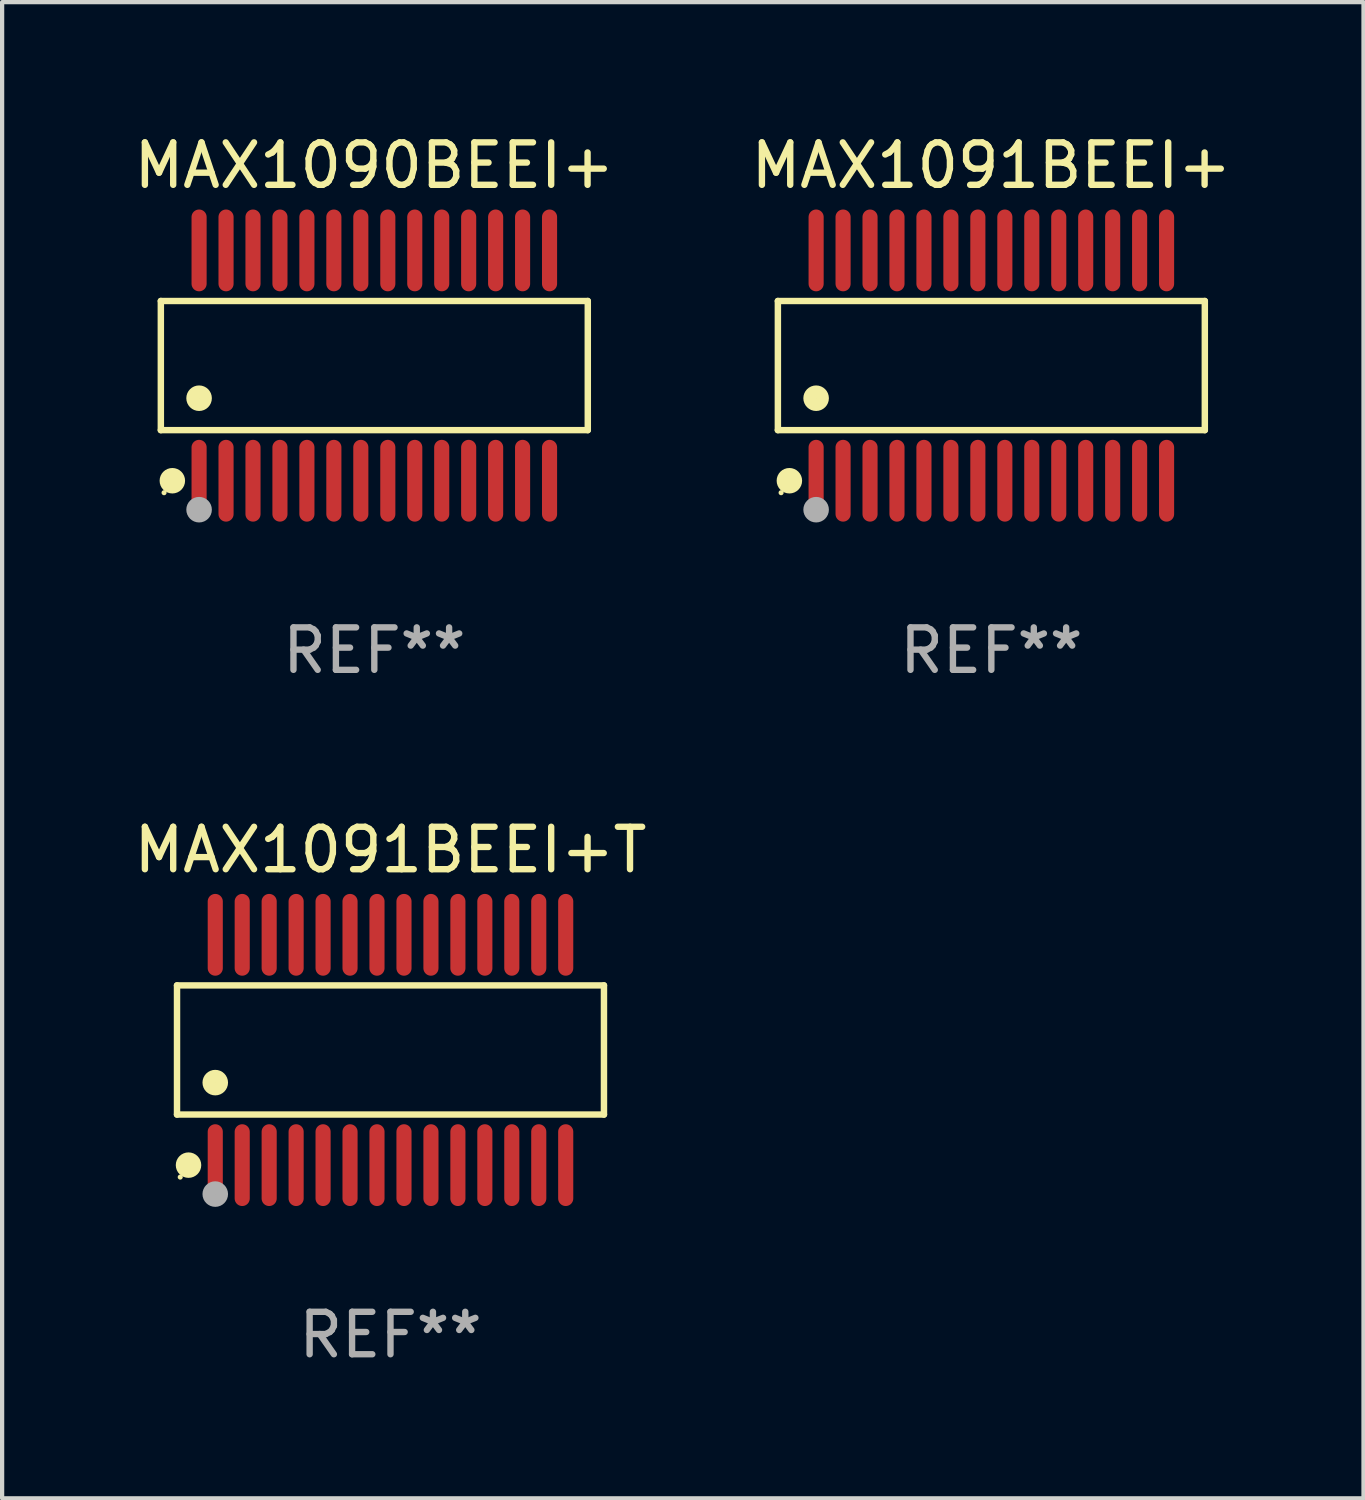
<source format=kicad_pcb>
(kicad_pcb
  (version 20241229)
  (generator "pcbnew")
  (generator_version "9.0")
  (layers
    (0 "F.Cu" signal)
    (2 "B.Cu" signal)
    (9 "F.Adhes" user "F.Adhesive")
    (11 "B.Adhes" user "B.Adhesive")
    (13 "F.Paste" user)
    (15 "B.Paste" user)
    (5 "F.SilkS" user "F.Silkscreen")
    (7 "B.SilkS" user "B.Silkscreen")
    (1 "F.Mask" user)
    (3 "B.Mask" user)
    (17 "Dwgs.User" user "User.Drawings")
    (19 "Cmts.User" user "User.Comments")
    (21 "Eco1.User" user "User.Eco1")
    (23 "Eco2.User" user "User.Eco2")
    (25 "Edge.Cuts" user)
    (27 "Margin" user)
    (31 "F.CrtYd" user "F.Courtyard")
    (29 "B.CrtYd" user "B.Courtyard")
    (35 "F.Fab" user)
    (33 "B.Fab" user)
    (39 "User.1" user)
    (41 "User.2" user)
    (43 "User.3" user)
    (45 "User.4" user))
  (footprint "MAX1091BEEI+T"
    (layer "F.Cu")
    (at 6.149 21.685)
    (property "Reference" "MAX1091BEEI+T" (at 0 -4.713 0) (layer "F.SilkS") (effects (font (size 1 1) (thickness 0.15))))
    (attr through_hole)
    (fp_line (start -5.029 -1.521) (end 5.029 -1.521) (stroke (width 0.152) (type solid)) (layer "F.SilkS"))
    (fp_line (start -5.029 1.521) (end -5.029 -1.521) (stroke (width 0.152) (type solid)) (layer "F.SilkS"))
    (fp_line (start 5.029 -1.521) (end 5.029 1.521) (stroke (width 0.152) (type solid)) (layer "F.SilkS"))
    (fp_line (start 5.029 1.521) (end -5.029 1.521) (stroke (width 0.152) (type solid)) (layer "F.SilkS"))
    (fp_circle (center -4.953 2.995) (end -4.923 2.995) (stroke (width 0.06) (type solid)) (fill no) (layer "F.SilkS"))
    (fp_circle (center -4.758 2.713) (end -4.608 2.713) (stroke (width 0.3) (type solid)) (fill no) (layer "F.SilkS"))
    (fp_circle (center -4.128 0.769) (end -3.977 0.769) (stroke (width 0.3) (type solid)) (fill no) (layer "F.SilkS"))
    (fp_circle (center -4.128 3.395) (end -3.977 3.395) (stroke (width 0.3) (type solid)) (fill no) (layer "F.Fab"))
    (fp_text user "REF**" (at 0 6.713 0) (layer "F.Fab") (effects (font (size 1 1) (thickness 0.15))))
    (pad "1" smd oval (at -4.128 2.713) (size 0.356 1.927) (layers "F.Cu" "F.Mask" "F.Paste"))
    (pad "2" smd oval (at -3.493 2.713) (size 0.356 1.927) (layers "F.Cu" "F.Mask" "F.Paste"))
    (pad "3" smd oval (at -2.858 2.713) (size 0.356 1.927) (layers "F.Cu" "F.Mask" "F.Paste"))
    (pad "4" smd oval (at -2.223 2.713) (size 0.356 1.927) (layers "F.Cu" "F.Mask" "F.Paste"))
    (pad "5" smd oval (at -1.588 2.713) (size 0.356 1.927) (layers "F.Cu" "F.Mask" "F.Paste"))
    (pad "6" smd oval (at -0.953 2.713) (size 0.356 1.927) (layers "F.Cu" "F.Mask" "F.Paste"))
    (pad "7" smd oval (at -0.318 2.713) (size 0.356 1.927) (layers "F.Cu" "F.Mask" "F.Paste"))
    (pad "8" smd oval (at 0.318 2.713) (size 0.356 1.927) (layers "F.Cu" "F.Mask" "F.Paste"))
    (pad "9" smd oval (at 0.953 2.713) (size 0.356 1.927) (layers "F.Cu" "F.Mask" "F.Paste"))
    (pad "10" smd oval (at 1.588 2.713) (size 0.356 1.927) (layers "F.Cu" "F.Mask" "F.Paste"))
    (pad "11" smd oval (at 2.223 2.713) (size 0.356 1.927) (layers "F.Cu" "F.Mask" "F.Paste"))
    (pad "12" smd oval (at 2.858 2.713) (size 0.356 1.927) (layers "F.Cu" "F.Mask" "F.Paste"))
    (pad "13" smd oval (at 3.493 2.713) (size 0.356 1.927) (layers "F.Cu" "F.Mask" "F.Paste"))
    (pad "14" smd oval (at 4.128 2.713) (size 0.356 1.927) (layers "F.Cu" "F.Mask" "F.Paste"))
    (pad "15" smd oval (at 4.128 -2.713) (size 0.356 1.927) (layers "F.Cu" "F.Mask" "F.Paste"))
    (pad "16" smd oval (at 3.493 -2.713) (size 0.356 1.927) (layers "F.Cu" "F.Mask" "F.Paste"))
    (pad "17" smd oval (at 2.858 -2.713) (size 0.356 1.927) (layers "F.Cu" "F.Mask" "F.Paste"))
    (pad "18" smd oval (at 2.223 -2.713) (size 0.356 1.927) (layers "F.Cu" "F.Mask" "F.Paste"))
    (pad "19" smd oval (at 1.588 -2.713) (size 0.356 1.927) (layers "F.Cu" "F.Mask" "F.Paste"))
    (pad "20" smd oval (at 0.953 -2.713) (size 0.356 1.927) (layers "F.Cu" "F.Mask" "F.Paste"))
    (pad "21" smd oval (at 0.318 -2.713) (size 0.356 1.927) (layers "F.Cu" "F.Mask" "F.Paste"))
    (pad "22" smd oval (at -0.318 -2.713) (size 0.356 1.927) (layers "F.Cu" "F.Mask" "F.Paste"))
    (pad "23" smd oval (at -0.953 -2.713) (size 0.356 1.927) (layers "F.Cu" "F.Mask" "F.Paste"))
    (pad "24" smd oval (at -1.588 -2.713) (size 0.356 1.927) (layers "F.Cu" "F.Mask" "F.Paste"))
    (pad "25" smd oval (at -2.223 -2.713) (size 0.356 1.927) (layers "F.Cu" "F.Mask" "F.Paste"))
    (pad "26" smd oval (at -2.858 -2.713) (size 0.356 1.927) (layers "F.Cu" "F.Mask" "F.Paste"))
    (pad "27" smd oval (at -3.493 -2.713) (size 0.356 1.927) (layers "F.Cu" "F.Mask" "F.Paste"))
    (pad "28" smd oval (at -4.128 -2.713) (size 0.356 1.927) (layers "F.Cu" "F.Mask" "F.Paste")))
  (footprint "MAX1090BEEI+"
    (layer "F.Cu")
    (at 5.768 5.562)
    (property "Reference" "MAX1090BEEI+" (at 0 -4.713 0) (layer "F.SilkS") (effects (font (size 1 1) (thickness 0.15))))
    (attr through_hole)
    (fp_line (start -5.029 -1.521) (end 5.029 -1.521) (stroke (width 0.152) (type solid)) (layer "F.SilkS"))
    (fp_line (start -5.029 1.521) (end -5.029 -1.521) (stroke (width 0.152) (type solid)) (layer "F.SilkS"))
    (fp_line (start 5.029 -1.521) (end 5.029 1.521) (stroke (width 0.152) (type solid)) (layer "F.SilkS"))
    (fp_line (start 5.029 1.521) (end -5.029 1.521) (stroke (width 0.152) (type solid)) (layer "F.SilkS"))
    (fp_circle (center -4.953 2.995) (end -4.923 2.995) (stroke (width 0.06) (type solid)) (fill no) (layer "F.SilkS"))
    (fp_circle (center -4.758 2.713) (end -4.608 2.713) (stroke (width 0.3) (type solid)) (fill no) (layer "F.SilkS"))
    (fp_circle (center -4.128 0.769) (end -3.977 0.769) (stroke (width 0.3) (type solid)) (fill no) (layer "F.SilkS"))
    (fp_circle (center -4.128 3.395) (end -3.977 3.395) (stroke (width 0.3) (type solid)) (fill no) (layer "F.Fab"))
    (fp_text user "REF**" (at 0 6.713 0) (layer "F.Fab") (effects (font (size 1 1) (thickness 0.15))))
    (pad "1" smd oval (at -4.128 2.713) (size 0.356 1.927) (layers "F.Cu" "F.Mask" "F.Paste"))
    (pad "2" smd oval (at -3.493 2.713) (size 0.356 1.927) (layers "F.Cu" "F.Mask" "F.Paste"))
    (pad "3" smd oval (at -2.858 2.713) (size 0.356 1.927) (layers "F.Cu" "F.Mask" "F.Paste"))
    (pad "4" smd oval (at -2.223 2.713) (size 0.356 1.927) (layers "F.Cu" "F.Mask" "F.Paste"))
    (pad "5" smd oval (at -1.588 2.713) (size 0.356 1.927) (layers "F.Cu" "F.Mask" "F.Paste"))
    (pad "6" smd oval (at -0.953 2.713) (size 0.356 1.927) (layers "F.Cu" "F.Mask" "F.Paste"))
    (pad "7" smd oval (at -0.318 2.713) (size 0.356 1.927) (layers "F.Cu" "F.Mask" "F.Paste"))
    (pad "8" smd oval (at 0.318 2.713) (size 0.356 1.927) (layers "F.Cu" "F.Mask" "F.Paste"))
    (pad "9" smd oval (at 0.953 2.713) (size 0.356 1.927) (layers "F.Cu" "F.Mask" "F.Paste"))
    (pad "10" smd oval (at 1.588 2.713) (size 0.356 1.927) (layers "F.Cu" "F.Mask" "F.Paste"))
    (pad "11" smd oval (at 2.223 2.713) (size 0.356 1.927) (layers "F.Cu" "F.Mask" "F.Paste"))
    (pad "12" smd oval (at 2.858 2.713) (size 0.356 1.927) (layers "F.Cu" "F.Mask" "F.Paste"))
    (pad "13" smd oval (at 3.493 2.713) (size 0.356 1.927) (layers "F.Cu" "F.Mask" "F.Paste"))
    (pad "14" smd oval (at 4.128 2.713) (size 0.356 1.927) (layers "F.Cu" "F.Mask" "F.Paste"))
    (pad "15" smd oval (at 4.128 -2.713) (size 0.356 1.927) (layers "F.Cu" "F.Mask" "F.Paste"))
    (pad "16" smd oval (at 3.493 -2.713) (size 0.356 1.927) (layers "F.Cu" "F.Mask" "F.Paste"))
    (pad "17" smd oval (at 2.858 -2.713) (size 0.356 1.927) (layers "F.Cu" "F.Mask" "F.Paste"))
    (pad "18" smd oval (at 2.223 -2.713) (size 0.356 1.927) (layers "F.Cu" "F.Mask" "F.Paste"))
    (pad "19" smd oval (at 1.588 -2.713) (size 0.356 1.927) (layers "F.Cu" "F.Mask" "F.Paste"))
    (pad "20" smd oval (at 0.953 -2.713) (size 0.356 1.927) (layers "F.Cu" "F.Mask" "F.Paste"))
    (pad "21" smd oval (at 0.318 -2.713) (size 0.356 1.927) (layers "F.Cu" "F.Mask" "F.Paste"))
    (pad "22" smd oval (at -0.318 -2.713) (size 0.356 1.927) (layers "F.Cu" "F.Mask" "F.Paste"))
    (pad "23" smd oval (at -0.953 -2.713) (size 0.356 1.927) (layers "F.Cu" "F.Mask" "F.Paste"))
    (pad "24" smd oval (at -1.588 -2.713) (size 0.356 1.927) (layers "F.Cu" "F.Mask" "F.Paste"))
    (pad "25" smd oval (at -2.223 -2.713) (size 0.356 1.927) (layers "F.Cu" "F.Mask" "F.Paste"))
    (pad "26" smd oval (at -2.858 -2.713) (size 0.356 1.927) (layers "F.Cu" "F.Mask" "F.Paste"))
    (pad "27" smd oval (at -3.493 -2.713) (size 0.356 1.927) (layers "F.Cu" "F.Mask" "F.Paste"))
    (pad "28" smd oval (at -4.128 -2.713) (size 0.356 1.927) (layers "F.Cu" "F.Mask" "F.Paste")))
  (footprint "MAX1091BEEI+"
    (layer "F.Cu")
    (at 20.304 5.562)
    (property "Reference" "MAX1091BEEI+" (at 0 -4.713 0) (layer "F.SilkS") (effects (font (size 1 1) (thickness 0.15))))
    (attr through_hole)
    (fp_line (start -5.029 -1.521) (end 5.029 -1.521) (stroke (width 0.152) (type solid)) (layer "F.SilkS"))
    (fp_line (start -5.029 1.521) (end -5.029 -1.521) (stroke (width 0.152) (type solid)) (layer "F.SilkS"))
    (fp_line (start 5.029 -1.521) (end 5.029 1.521) (stroke (width 0.152) (type solid)) (layer "F.SilkS"))
    (fp_line (start 5.029 1.521) (end -5.029 1.521) (stroke (width 0.152) (type solid)) (layer "F.SilkS"))
    (fp_circle (center -4.953 2.995) (end -4.923 2.995) (stroke (width 0.06) (type solid)) (fill no) (layer "F.SilkS"))
    (fp_circle (center -4.758 2.713) (end -4.608 2.713) (stroke (width 0.3) (type solid)) (fill no) (layer "F.SilkS"))
    (fp_circle (center -4.128 0.769) (end -3.977 0.769) (stroke (width 0.3) (type solid)) (fill no) (layer "F.SilkS"))
    (fp_circle (center -4.128 3.395) (end -3.977 3.395) (stroke (width 0.3) (type solid)) (fill no) (layer "F.Fab"))
    (fp_text user "REF**" (at 0 6.713 0) (layer "F.Fab") (effects (font (size 1 1) (thickness 0.15))))
    (pad "1" smd oval (at -4.128 2.713) (size 0.356 1.927) (layers "F.Cu" "F.Mask" "F.Paste"))
    (pad "2" smd oval (at -3.493 2.713) (size 0.356 1.927) (layers "F.Cu" "F.Mask" "F.Paste"))
    (pad "3" smd oval (at -2.858 2.713) (size 0.356 1.927) (layers "F.Cu" "F.Mask" "F.Paste"))
    (pad "4" smd oval (at -2.223 2.713) (size 0.356 1.927) (layers "F.Cu" "F.Mask" "F.Paste"))
    (pad "5" smd oval (at -1.588 2.713) (size 0.356 1.927) (layers "F.Cu" "F.Mask" "F.Paste"))
    (pad "6" smd oval (at -0.953 2.713) (size 0.356 1.927) (layers "F.Cu" "F.Mask" "F.Paste"))
    (pad "7" smd oval (at -0.318 2.713) (size 0.356 1.927) (layers "F.Cu" "F.Mask" "F.Paste"))
    (pad "8" smd oval (at 0.318 2.713) (size 0.356 1.927) (layers "F.Cu" "F.Mask" "F.Paste"))
    (pad "9" smd oval (at 0.953 2.713) (size 0.356 1.927) (layers "F.Cu" "F.Mask" "F.Paste"))
    (pad "10" smd oval (at 1.588 2.713) (size 0.356 1.927) (layers "F.Cu" "F.Mask" "F.Paste"))
    (pad "11" smd oval (at 2.223 2.713) (size 0.356 1.927) (layers "F.Cu" "F.Mask" "F.Paste"))
    (pad "12" smd oval (at 2.858 2.713) (size 0.356 1.927) (layers "F.Cu" "F.Mask" "F.Paste"))
    (pad "13" smd oval (at 3.493 2.713) (size 0.356 1.927) (layers "F.Cu" "F.Mask" "F.Paste"))
    (pad "14" smd oval (at 4.128 2.713) (size 0.356 1.927) (layers "F.Cu" "F.Mask" "F.Paste"))
    (pad "15" smd oval (at 4.128 -2.713) (size 0.356 1.927) (layers "F.Cu" "F.Mask" "F.Paste"))
    (pad "16" smd oval (at 3.493 -2.713) (size 0.356 1.927) (layers "F.Cu" "F.Mask" "F.Paste"))
    (pad "17" smd oval (at 2.858 -2.713) (size 0.356 1.927) (layers "F.Cu" "F.Mask" "F.Paste"))
    (pad "18" smd oval (at 2.223 -2.713) (size 0.356 1.927) (layers "F.Cu" "F.Mask" "F.Paste"))
    (pad "19" smd oval (at 1.588 -2.713) (size 0.356 1.927) (layers "F.Cu" "F.Mask" "F.Paste"))
    (pad "20" smd oval (at 0.953 -2.713) (size 0.356 1.927) (layers "F.Cu" "F.Mask" "F.Paste"))
    (pad "21" smd oval (at 0.318 -2.713) (size 0.356 1.927) (layers "F.Cu" "F.Mask" "F.Paste"))
    (pad "22" smd oval (at -0.318 -2.713) (size 0.356 1.927) (layers "F.Cu" "F.Mask" "F.Paste"))
    (pad "23" smd oval (at -0.953 -2.713) (size 0.356 1.927) (layers "F.Cu" "F.Mask" "F.Paste"))
    (pad "24" smd oval (at -1.588 -2.713) (size 0.356 1.927) (layers "F.Cu" "F.Mask" "F.Paste"))
    (pad "25" smd oval (at -2.223 -2.713) (size 0.356 1.927) (layers "F.Cu" "F.Mask" "F.Paste"))
    (pad "26" smd oval (at -2.858 -2.713) (size 0.356 1.927) (layers "F.Cu" "F.Mask" "F.Paste"))
    (pad "27" smd oval (at -3.493 -2.713) (size 0.356 1.927) (layers "F.Cu" "F.Mask" "F.Paste"))
    (pad "28" smd oval (at -4.128 -2.713) (size 0.356 1.927) (layers "F.Cu" "F.Mask" "F.Paste")))
  (gr_rect
    (start -3 -3)
    (end 29.071 32.247)
    (stroke (width 0.1) (type default))
    (fill no)
    (layer "Edge.Cuts")))
</source>
